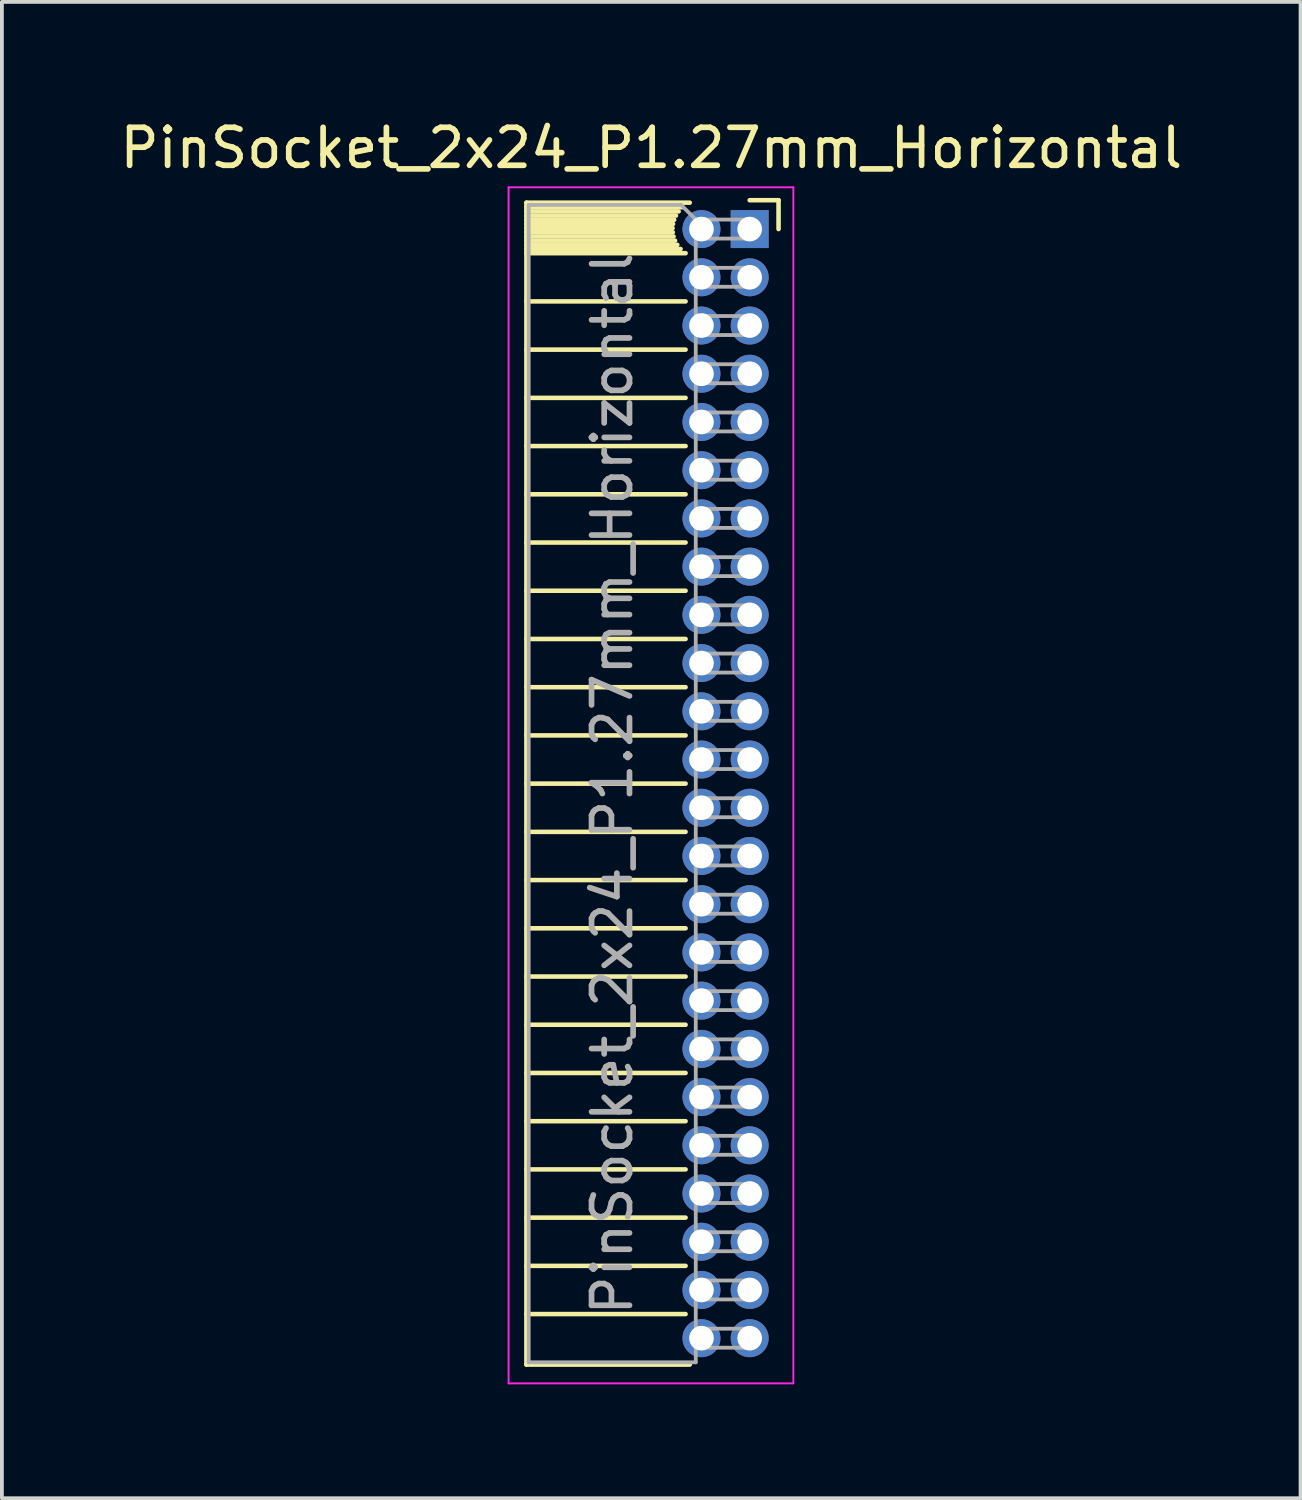
<source format=kicad_pcb>
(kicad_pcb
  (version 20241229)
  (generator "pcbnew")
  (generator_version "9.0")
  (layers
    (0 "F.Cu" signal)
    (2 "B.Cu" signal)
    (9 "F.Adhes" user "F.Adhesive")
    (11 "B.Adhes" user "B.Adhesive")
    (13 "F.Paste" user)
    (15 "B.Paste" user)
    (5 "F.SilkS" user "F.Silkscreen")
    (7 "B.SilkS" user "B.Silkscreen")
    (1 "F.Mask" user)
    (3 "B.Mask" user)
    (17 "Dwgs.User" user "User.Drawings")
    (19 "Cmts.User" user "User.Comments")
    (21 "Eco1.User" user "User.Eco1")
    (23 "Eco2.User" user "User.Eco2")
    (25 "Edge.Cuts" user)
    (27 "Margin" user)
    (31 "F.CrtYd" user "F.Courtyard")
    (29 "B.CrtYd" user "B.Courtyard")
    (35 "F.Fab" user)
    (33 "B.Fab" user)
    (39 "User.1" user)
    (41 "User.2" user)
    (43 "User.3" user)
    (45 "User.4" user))
  (footprint "PinSocket_2x24_P1.27mm_Horizontal"
    (layer "F.Cu")
    (at 16.694 2.983)
    (property "Reference" "PinSocket_2x24_P1.27mm_Horizontal" (at -2.592 -2.135 0) (layer "F.SilkS") (effects (font (size 1 1) (thickness 0.15))))
    (attr through_hole)
    (fp_line (start -5.88 -0.695) (end -5.88 29.905) (stroke (width 0.12) (type solid)) (layer "F.SilkS"))
    (fp_line (start -5.88 -0.695) (end -1.578 -0.695) (stroke (width 0.12) (type solid)) (layer "F.SilkS"))
    (fp_line (start -5.88 -0.575) (end -1.767 -0.575) (stroke (width 0.12) (type solid)) (layer "F.SilkS"))
    (fp_line (start -5.88 -0.465) (end -1.871 -0.465) (stroke (width 0.12) (type solid)) (layer "F.SilkS"))
    (fp_line (start -5.88 -0.355) (end -1.942 -0.355) (stroke (width 0.12) (type solid)) (layer "F.SilkS"))
    (fp_line (start -5.88 -0.245) (end -1.989 -0.245) (stroke (width 0.12) (type solid)) (layer "F.SilkS"))
    (fp_line (start -5.88 -0.135) (end -2.018 -0.135) (stroke (width 0.12) (type solid)) (layer "F.SilkS"))
    (fp_line (start -5.88 -0.025) (end -2.03 -0.025) (stroke (width 0.12) (type solid)) (layer "F.SilkS"))
    (fp_line (start -5.88 0.085) (end -2.025 0.085) (stroke (width 0.12) (type solid)) (layer "F.SilkS"))
    (fp_line (start -5.88 0.195) (end -2.005 0.195) (stroke (width 0.12) (type solid)) (layer "F.SilkS"))
    (fp_line (start -5.88 0.305) (end -1.966 0.305) (stroke (width 0.12) (type solid)) (layer "F.SilkS"))
    (fp_line (start -5.88 0.415) (end -1.907 0.415) (stroke (width 0.12) (type solid)) (layer "F.SilkS"))
    (fp_line (start -5.88 0.525) (end -1.82 0.525) (stroke (width 0.12) (type solid)) (layer "F.SilkS"))
    (fp_line (start -5.88 0.635) (end -1.688 0.635) (stroke (width 0.12) (type solid)) (layer "F.SilkS"))
    (fp_line (start -5.88 1.905) (end -1.688 1.905) (stroke (width 0.12) (type solid)) (layer "F.SilkS"))
    (fp_line (start -5.88 3.175) (end -1.688 3.175) (stroke (width 0.12) (type solid)) (layer "F.SilkS"))
    (fp_line (start -5.88 4.445) (end -1.688 4.445) (stroke (width 0.12) (type solid)) (layer "F.SilkS"))
    (fp_line (start -5.88 5.715) (end -1.688 5.715) (stroke (width 0.12) (type solid)) (layer "F.SilkS"))
    (fp_line (start -5.88 6.985) (end -1.688 6.985) (stroke (width 0.12) (type solid)) (layer "F.SilkS"))
    (fp_line (start -5.88 8.255) (end -1.688 8.255) (stroke (width 0.12) (type solid)) (layer "F.SilkS"))
    (fp_line (start -5.88 9.525) (end -1.688 9.525) (stroke (width 0.12) (type solid)) (layer "F.SilkS"))
    (fp_line (start -5.88 10.795) (end -1.688 10.795) (stroke (width 0.12) (type solid)) (layer "F.SilkS"))
    (fp_line (start -5.88 12.065) (end -1.688 12.065) (stroke (width 0.12) (type solid)) (layer "F.SilkS"))
    (fp_line (start -5.88 13.335) (end -1.688 13.335) (stroke (width 0.12) (type solid)) (layer "F.SilkS"))
    (fp_line (start -5.88 14.605) (end -1.688 14.605) (stroke (width 0.12) (type solid)) (layer "F.SilkS"))
    (fp_line (start -5.88 15.875) (end -1.688 15.875) (stroke (width 0.12) (type solid)) (layer "F.SilkS"))
    (fp_line (start -5.88 17.145) (end -1.688 17.145) (stroke (width 0.12) (type solid)) (layer "F.SilkS"))
    (fp_line (start -5.88 18.415) (end -1.688 18.415) (stroke (width 0.12) (type solid)) (layer "F.SilkS"))
    (fp_line (start -5.88 19.685) (end -1.688 19.685) (stroke (width 0.12) (type solid)) (layer "F.SilkS"))
    (fp_line (start -5.88 20.955) (end -1.688 20.955) (stroke (width 0.12) (type solid)) (layer "F.SilkS"))
    (fp_line (start -5.88 22.225) (end -1.688 22.225) (stroke (width 0.12) (type solid)) (layer "F.SilkS"))
    (fp_line (start -5.88 23.495) (end -1.688 23.495) (stroke (width 0.12) (type solid)) (layer "F.SilkS"))
    (fp_line (start -5.88 24.765) (end -1.688 24.765) (stroke (width 0.12) (type solid)) (layer "F.SilkS"))
    (fp_line (start -5.88 26.035) (end -1.688 26.035) (stroke (width 0.12) (type solid)) (layer "F.SilkS"))
    (fp_line (start -5.88 27.305) (end -1.688 27.305) (stroke (width 0.12) (type solid)) (layer "F.SilkS"))
    (fp_line (start -5.88 28.575) (end -1.688 28.575) (stroke (width 0.12) (type solid)) (layer "F.SilkS"))
    (fp_line (start -5.88 29.905) (end -1.578 29.905) (stroke (width 0.12) (type solid)) (layer "F.SilkS"))
    (fp_line (start 0 -0.76) (end 0.76 -0.76) (stroke (width 0.12) (type solid)) (layer "F.SilkS"))
    (fp_line (start 0.76 -0.76) (end 0.76 0) (stroke (width 0.12) (type solid)) (layer "F.SilkS"))
    (fp_line (start -6.35 -1.1) (end -6.35 30.4) (stroke (width 0.05) (type solid)) (layer "F.CrtYd"))
    (fp_line (start -6.35 30.4) (end 1.15 30.4) (stroke (width 0.05) (type solid)) (layer "F.CrtYd"))
    (fp_line (start 1.15 -1.1) (end -6.35 -1.1) (stroke (width 0.05) (type solid)) (layer "F.CrtYd"))
    (fp_line (start 1.15 30.4) (end 1.15 -1.1) (stroke (width 0.05) (type solid)) (layer "F.CrtYd"))
    (fp_line (start -5.82 -0.635) (end -1.805 -0.635) (stroke (width 0.1) (type solid)) (layer "F.Fab"))
    (fp_line (start -5.82 29.845) (end -5.82 -0.635) (stroke (width 0.1) (type solid)) (layer "F.Fab"))
    (fp_line (start -1.805 -0.635) (end -1.42 -0.25) (stroke (width 0.1) (type solid)) (layer "F.Fab"))
    (fp_line (start -1.42 -0.25) (end -1.42 29.845) (stroke (width 0.1) (type solid)) (layer "F.Fab"))
    (fp_line (start -1.42 0.25) (end 0 0.25) (stroke (width 0.1) (type solid)) (layer "F.Fab"))
    (fp_line (start -1.42 1.52) (end 0 1.52) (stroke (width 0.1) (type solid)) (layer "F.Fab"))
    (fp_line (start -1.42 2.79) (end 0 2.79) (stroke (width 0.1) (type solid)) (layer "F.Fab"))
    (fp_line (start -1.42 4.06) (end 0 4.06) (stroke (width 0.1) (type solid)) (layer "F.Fab"))
    (fp_line (start -1.42 5.33) (end 0 5.33) (stroke (width 0.1) (type solid)) (layer "F.Fab"))
    (fp_line (start -1.42 6.6) (end 0 6.6) (stroke (width 0.1) (type solid)) (layer "F.Fab"))
    (fp_line (start -1.42 7.87) (end 0 7.87) (stroke (width 0.1) (type solid)) (layer "F.Fab"))
    (fp_line (start -1.42 9.14) (end 0 9.14) (stroke (width 0.1) (type solid)) (layer "F.Fab"))
    (fp_line (start -1.42 10.41) (end 0 10.41) (stroke (width 0.1) (type solid)) (layer "F.Fab"))
    (fp_line (start -1.42 11.68) (end 0 11.68) (stroke (width 0.1) (type solid)) (layer "F.Fab"))
    (fp_line (start -1.42 12.95) (end 0 12.95) (stroke (width 0.1) (type solid)) (layer "F.Fab"))
    (fp_line (start -1.42 14.22) (end 0 14.22) (stroke (width 0.1) (type solid)) (layer "F.Fab"))
    (fp_line (start -1.42 15.49) (end 0 15.49) (stroke (width 0.1) (type solid)) (layer "F.Fab"))
    (fp_line (start -1.42 16.76) (end 0 16.76) (stroke (width 0.1) (type solid)) (layer "F.Fab"))
    (fp_line (start -1.42 18.03) (end 0 18.03) (stroke (width 0.1) (type solid)) (layer "F.Fab"))
    (fp_line (start -1.42 19.3) (end 0 19.3) (stroke (width 0.1) (type solid)) (layer "F.Fab"))
    (fp_line (start -1.42 20.57) (end 0 20.57) (stroke (width 0.1) (type solid)) (layer "F.Fab"))
    (fp_line (start -1.42 21.84) (end 0 21.84) (stroke (width 0.1) (type solid)) (layer "F.Fab"))
    (fp_line (start -1.42 23.11) (end 0 23.11) (stroke (width 0.1) (type solid)) (layer "F.Fab"))
    (fp_line (start -1.42 24.38) (end 0 24.38) (stroke (width 0.1) (type solid)) (layer "F.Fab"))
    (fp_line (start -1.42 25.65) (end 0 25.65) (stroke (width 0.1) (type solid)) (layer "F.Fab"))
    (fp_line (start -1.42 26.92) (end 0 26.92) (stroke (width 0.1) (type solid)) (layer "F.Fab"))
    (fp_line (start -1.42 28.19) (end 0 28.19) (stroke (width 0.1) (type solid)) (layer "F.Fab"))
    (fp_line (start -1.42 29.46) (end 0 29.46) (stroke (width 0.1) (type solid)) (layer "F.Fab"))
    (fp_line (start -1.42 29.845) (end -5.82 29.845) (stroke (width 0.1) (type solid)) (layer "F.Fab"))
    (fp_line (start 0 -0.25) (end -1.42 -0.25) (stroke (width 0.1) (type solid)) (layer "F.Fab"))
    (fp_line (start 0 0.25) (end 0 -0.25) (stroke (width 0.1) (type solid)) (layer "F.Fab"))
    (fp_line (start 0 1.02) (end -1.42 1.02) (stroke (width 0.1) (type solid)) (layer "F.Fab"))
    (fp_line (start 0 1.52) (end 0 1.02) (stroke (width 0.1) (type solid)) (layer "F.Fab"))
    (fp_line (start 0 2.29) (end -1.42 2.29) (stroke (width 0.1) (type solid)) (layer "F.Fab"))
    (fp_line (start 0 2.79) (end 0 2.29) (stroke (width 0.1) (type solid)) (layer "F.Fab"))
    (fp_line (start 0 3.56) (end -1.42 3.56) (stroke (width 0.1) (type solid)) (layer "F.Fab"))
    (fp_line (start 0 4.06) (end 0 3.56) (stroke (width 0.1) (type solid)) (layer "F.Fab"))
    (fp_line (start 0 4.83) (end -1.42 4.83) (stroke (width 0.1) (type solid)) (layer "F.Fab"))
    (fp_line (start 0 5.33) (end 0 4.83) (stroke (width 0.1) (type solid)) (layer "F.Fab"))
    (fp_line (start 0 6.1) (end -1.42 6.1) (stroke (width 0.1) (type solid)) (layer "F.Fab"))
    (fp_line (start 0 6.6) (end 0 6.1) (stroke (width 0.1) (type solid)) (layer "F.Fab"))
    (fp_line (start 0 7.37) (end -1.42 7.37) (stroke (width 0.1) (type solid)) (layer "F.Fab"))
    (fp_line (start 0 7.87) (end 0 7.37) (stroke (width 0.1) (type solid)) (layer "F.Fab"))
    (fp_line (start 0 8.64) (end -1.42 8.64) (stroke (width 0.1) (type solid)) (layer "F.Fab"))
    (fp_line (start 0 9.14) (end 0 8.64) (stroke (width 0.1) (type solid)) (layer "F.Fab"))
    (fp_line (start 0 9.91) (end -1.42 9.91) (stroke (width 0.1) (type solid)) (layer "F.Fab"))
    (fp_line (start 0 10.41) (end 0 9.91) (stroke (width 0.1) (type solid)) (layer "F.Fab"))
    (fp_line (start 0 11.18) (end -1.42 11.18) (stroke (width 0.1) (type solid)) (layer "F.Fab"))
    (fp_line (start 0 11.68) (end 0 11.18) (stroke (width 0.1) (type solid)) (layer "F.Fab"))
    (fp_line (start 0 12.45) (end -1.42 12.45) (stroke (width 0.1) (type solid)) (layer "F.Fab"))
    (fp_line (start 0 12.95) (end 0 12.45) (stroke (width 0.1) (type solid)) (layer "F.Fab"))
    (fp_line (start 0 13.72) (end -1.42 13.72) (stroke (width 0.1) (type solid)) (layer "F.Fab"))
    (fp_line (start 0 14.22) (end 0 13.72) (stroke (width 0.1) (type solid)) (layer "F.Fab"))
    (fp_line (start 0 14.99) (end -1.42 14.99) (stroke (width 0.1) (type solid)) (layer "F.Fab"))
    (fp_line (start 0 15.49) (end 0 14.99) (stroke (width 0.1) (type solid)) (layer "F.Fab"))
    (fp_line (start 0 16.26) (end -1.42 16.26) (stroke (width 0.1) (type solid)) (layer "F.Fab"))
    (fp_line (start 0 16.76) (end 0 16.26) (stroke (width 0.1) (type solid)) (layer "F.Fab"))
    (fp_line (start 0 17.53) (end -1.42 17.53) (stroke (width 0.1) (type solid)) (layer "F.Fab"))
    (fp_line (start 0 18.03) (end 0 17.53) (stroke (width 0.1) (type solid)) (layer "F.Fab"))
    (fp_line (start 0 18.8) (end -1.42 18.8) (stroke (width 0.1) (type solid)) (layer "F.Fab"))
    (fp_line (start 0 19.3) (end 0 18.8) (stroke (width 0.1) (type solid)) (layer "F.Fab"))
    (fp_line (start 0 20.07) (end -1.42 20.07) (stroke (width 0.1) (type solid)) (layer "F.Fab"))
    (fp_line (start 0 20.57) (end 0 20.07) (stroke (width 0.1) (type solid)) (layer "F.Fab"))
    (fp_line (start 0 21.34) (end -1.42 21.34) (stroke (width 0.1) (type solid)) (layer "F.Fab"))
    (fp_line (start 0 21.84) (end 0 21.34) (stroke (width 0.1) (type solid)) (layer "F.Fab"))
    (fp_line (start 0 22.61) (end -1.42 22.61) (stroke (width 0.1) (type solid)) (layer "F.Fab"))
    (fp_line (start 0 23.11) (end 0 22.61) (stroke (width 0.1) (type solid)) (layer "F.Fab"))
    (fp_line (start 0 23.88) (end -1.42 23.88) (stroke (width 0.1) (type solid)) (layer "F.Fab"))
    (fp_line (start 0 24.38) (end 0 23.88) (stroke (width 0.1) (type solid)) (layer "F.Fab"))
    (fp_line (start 0 25.15) (end -1.42 25.15) (stroke (width 0.1) (type solid)) (layer "F.Fab"))
    (fp_line (start 0 25.65) (end 0 25.15) (stroke (width 0.1) (type solid)) (layer "F.Fab"))
    (fp_line (start 0 26.42) (end -1.42 26.42) (stroke (width 0.1) (type solid)) (layer "F.Fab"))
    (fp_line (start 0 26.92) (end 0 26.42) (stroke (width 0.1) (type solid)) (layer "F.Fab"))
    (fp_line (start 0 27.69) (end -1.42 27.69) (stroke (width 0.1) (type solid)) (layer "F.Fab"))
    (fp_line (start 0 28.19) (end 0 27.69) (stroke (width 0.1) (type solid)) (layer "F.Fab"))
    (fp_line (start 0 28.96) (end -1.42 28.96) (stroke (width 0.1) (type solid)) (layer "F.Fab"))
    (fp_line (start 0 29.46) (end 0 28.96) (stroke (width 0.1) (type solid)) (layer "F.Fab"))
    (fp_text user "${REFERENCE}" (at -3.62 14.605 90) (layer "F.Fab") (effects (font (size 1 1) (thickness 0.15))))
    (pad "1" thru_hole rect (at 0 0) (size 1 1) (drill 0.65) (layers "*.Cu" "*.Mask"))
    (pad "2" thru_hole circle (at -1.27 0) (size 1 1) (drill 0.65) (layers "*.Cu" "*.Mask"))
    (pad "3" thru_hole circle (at 0 1.27) (size 1 1) (drill 0.65) (layers "*.Cu" "*.Mask"))
    (pad "4" thru_hole circle (at -1.27 1.27) (size 1 1) (drill 0.65) (layers "*.Cu" "*.Mask"))
    (pad "5" thru_hole circle (at 0 2.54) (size 1 1) (drill 0.65) (layers "*.Cu" "*.Mask"))
    (pad "6" thru_hole circle (at -1.27 2.54) (size 1 1) (drill 0.65) (layers "*.Cu" "*.Mask"))
    (pad "7" thru_hole circle (at 0 3.81) (size 1 1) (drill 0.65) (layers "*.Cu" "*.Mask"))
    (pad "8" thru_hole circle (at -1.27 3.81) (size 1 1) (drill 0.65) (layers "*.Cu" "*.Mask"))
    (pad "9" thru_hole circle (at 0 5.08) (size 1 1) (drill 0.65) (layers "*.Cu" "*.Mask"))
    (pad "10" thru_hole circle (at -1.27 5.08) (size 1 1) (drill 0.65) (layers "*.Cu" "*.Mask"))
    (pad "11" thru_hole circle (at 0 6.35) (size 1 1) (drill 0.65) (layers "*.Cu" "*.Mask"))
    (pad "12" thru_hole circle (at -1.27 6.35) (size 1 1) (drill 0.65) (layers "*.Cu" "*.Mask"))
    (pad "13" thru_hole circle (at 0 7.62) (size 1 1) (drill 0.65) (layers "*.Cu" "*.Mask"))
    (pad "14" thru_hole circle (at -1.27 7.62) (size 1 1) (drill 0.65) (layers "*.Cu" "*.Mask"))
    (pad "15" thru_hole circle (at 0 8.89) (size 1 1) (drill 0.65) (layers "*.Cu" "*.Mask"))
    (pad "16" thru_hole circle (at -1.27 8.89) (size 1 1) (drill 0.65) (layers "*.Cu" "*.Mask"))
    (pad "17" thru_hole circle (at 0 10.16) (size 1 1) (drill 0.65) (layers "*.Cu" "*.Mask"))
    (pad "18" thru_hole circle (at -1.27 10.16) (size 1 1) (drill 0.65) (layers "*.Cu" "*.Mask"))
    (pad "19" thru_hole circle (at 0 11.43) (size 1 1) (drill 0.65) (layers "*.Cu" "*.Mask"))
    (pad "20" thru_hole circle (at -1.27 11.43) (size 1 1) (drill 0.65) (layers "*.Cu" "*.Mask"))
    (pad "21" thru_hole circle (at 0 12.7) (size 1 1) (drill 0.65) (layers "*.Cu" "*.Mask"))
    (pad "22" thru_hole circle (at -1.27 12.7) (size 1 1) (drill 0.65) (layers "*.Cu" "*.Mask"))
    (pad "23" thru_hole circle (at 0 13.97) (size 1 1) (drill 0.65) (layers "*.Cu" "*.Mask"))
    (pad "24" thru_hole circle (at -1.27 13.97) (size 1 1) (drill 0.65) (layers "*.Cu" "*.Mask"))
    (pad "25" thru_hole circle (at 0 15.24) (size 1 1) (drill 0.65) (layers "*.Cu" "*.Mask"))
    (pad "26" thru_hole circle (at -1.27 15.24) (size 1 1) (drill 0.65) (layers "*.Cu" "*.Mask"))
    (pad "27" thru_hole circle (at 0 16.51) (size 1 1) (drill 0.65) (layers "*.Cu" "*.Mask"))
    (pad "28" thru_hole circle (at -1.27 16.51) (size 1 1) (drill 0.65) (layers "*.Cu" "*.Mask"))
    (pad "29" thru_hole circle (at 0 17.78) (size 1 1) (drill 0.65) (layers "*.Cu" "*.Mask"))
    (pad "30" thru_hole circle (at -1.27 17.78) (size 1 1) (drill 0.65) (layers "*.Cu" "*.Mask"))
    (pad "31" thru_hole circle (at 0 19.05) (size 1 1) (drill 0.65) (layers "*.Cu" "*.Mask"))
    (pad "32" thru_hole circle (at -1.27 19.05) (size 1 1) (drill 0.65) (layers "*.Cu" "*.Mask"))
    (pad "33" thru_hole circle (at 0 20.32) (size 1 1) (drill 0.65) (layers "*.Cu" "*.Mask"))
    (pad "34" thru_hole circle (at -1.27 20.32) (size 1 1) (drill 0.65) (layers "*.Cu" "*.Mask"))
    (pad "35" thru_hole circle (at 0 21.59) (size 1 1) (drill 0.65) (layers "*.Cu" "*.Mask"))
    (pad "36" thru_hole circle (at -1.27 21.59) (size 1 1) (drill 0.65) (layers "*.Cu" "*.Mask"))
    (pad "37" thru_hole circle (at 0 22.86) (size 1 1) (drill 0.65) (layers "*.Cu" "*.Mask"))
    (pad "38" thru_hole circle (at -1.27 22.86) (size 1 1) (drill 0.65) (layers "*.Cu" "*.Mask"))
    (pad "39" thru_hole circle (at 0 24.13) (size 1 1) (drill 0.65) (layers "*.Cu" "*.Mask"))
    (pad "40" thru_hole circle (at -1.27 24.13) (size 1 1) (drill 0.65) (layers "*.Cu" "*.Mask"))
    (pad "41" thru_hole circle (at 0 25.4) (size 1 1) (drill 0.65) (layers "*.Cu" "*.Mask"))
    (pad "42" thru_hole circle (at -1.27 25.4) (size 1 1) (drill 0.65) (layers "*.Cu" "*.Mask"))
    (pad "43" thru_hole circle (at 0 26.67) (size 1 1) (drill 0.65) (layers "*.Cu" "*.Mask"))
    (pad "44" thru_hole circle (at -1.27 26.67) (size 1 1) (drill 0.65) (layers "*.Cu" "*.Mask"))
    (pad "45" thru_hole circle (at 0 27.94) (size 1 1) (drill 0.65) (layers "*.Cu" "*.Mask"))
    (pad "46" thru_hole circle (at -1.27 27.94) (size 1 1) (drill 0.65) (layers "*.Cu" "*.Mask"))
    (pad "47" thru_hole circle (at 0 29.21) (size 1 1) (drill 0.65) (layers "*.Cu" "*.Mask"))
    (pad "48" thru_hole circle (at -1.27 29.21) (size 1 1) (drill 0.65) (layers "*.Cu" "*.Mask")))
  (gr_rect
    (start -3 -3)
    (end 31.202 36.408)
    (stroke (width 0.1) (type default))
    (fill no)
    (layer "Edge.Cuts")))
</source>
